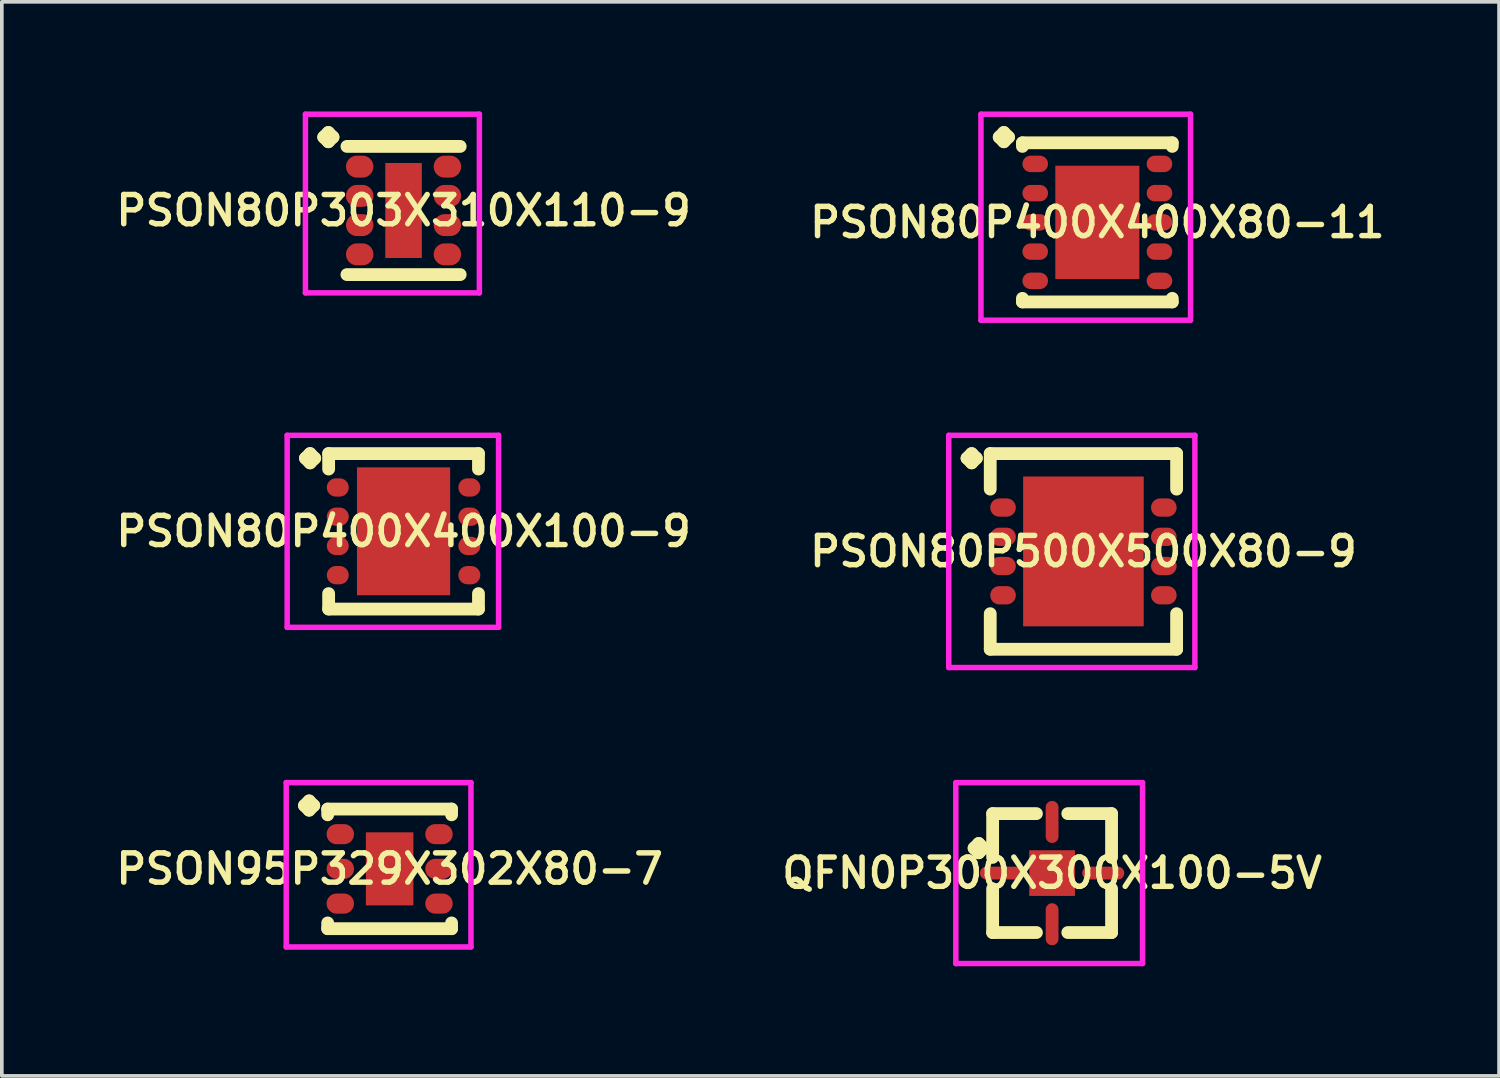
<source format=kicad_pcb>
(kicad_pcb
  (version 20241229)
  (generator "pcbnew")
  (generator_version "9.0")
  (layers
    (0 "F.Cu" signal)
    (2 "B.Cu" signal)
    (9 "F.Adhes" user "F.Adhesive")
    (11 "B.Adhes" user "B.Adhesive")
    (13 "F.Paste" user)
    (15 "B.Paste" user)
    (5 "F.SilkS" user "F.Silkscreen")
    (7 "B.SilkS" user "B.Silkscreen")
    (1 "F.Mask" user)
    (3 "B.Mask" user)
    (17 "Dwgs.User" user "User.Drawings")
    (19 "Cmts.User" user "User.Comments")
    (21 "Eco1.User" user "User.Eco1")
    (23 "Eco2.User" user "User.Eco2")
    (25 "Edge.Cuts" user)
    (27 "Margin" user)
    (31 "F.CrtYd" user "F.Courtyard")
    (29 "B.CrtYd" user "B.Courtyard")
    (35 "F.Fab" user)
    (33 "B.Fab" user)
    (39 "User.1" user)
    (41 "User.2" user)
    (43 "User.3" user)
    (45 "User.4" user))
  (footprint "PSON80P303X310X110-9"
    (layer "F.Cu")
    (at 7.993 2.71)
    (property "Reference" "PSON80P303X310X110-9" (at 0 0 0) (layer "F.SilkS") (effects (font (size 0.8 0.8) (thickness 0.15))))
    (attr through_hole)
    (fp_line (start -2.185 -2.008) (end -2.058 -2.135) (stroke (width 0.35) (type solid)) (layer "F.SilkS"))
    (fp_line (start -2.058 -2.135) (end -1.931 -2.008) (stroke (width 0.35) (type solid)) (layer "F.SilkS"))
    (fp_line (start -2.058 -1.881) (end -2.185 -2.008) (stroke (width 0.35) (type solid)) (layer "F.SilkS"))
    (fp_line (start -1.931 -2.008) (end -2.058 -1.881) (stroke (width 0.35) (type solid)) (layer "F.SilkS"))
    (fp_line (start -1.55 -1.754) (end 1.55 -1.754) (stroke (width 0.35) (type solid)) (layer "F.SilkS"))
    (fp_line (start -1.55 1.754) (end 1.55 1.754) (stroke (width 0.35) (type solid)) (layer "F.SilkS"))
    (fp_line (start -2.685 -2.635) (end 2.075 -2.635) (stroke (width 0.15) (type solid)) (layer "F.CrtYd"))
    (fp_line (start -2.685 2.254) (end -2.685 -2.635) (stroke (width 0.15) (type solid)) (layer "F.CrtYd"))
    (fp_line (start 2.075 -2.635) (end 2.075 2.254) (stroke (width 0.15) (type solid)) (layer "F.CrtYd"))
    (fp_line (start 2.075 2.254) (end -2.685 2.254) (stroke (width 0.15) (type solid)) (layer "F.CrtYd"))
    (pad "1" smd oval (at -1.2 -1.2) (size 0.75 0.6) (layers "F.Cu" "F.Mask" "F.Paste"))
    (pad "2" smd oval (at -1.2 -0.4) (size 0.75 0.6) (layers "F.Cu" "F.Mask" "F.Paste"))
    (pad "3" smd oval (at -1.2 0.4) (size 0.75 0.6) (layers "F.Cu" "F.Mask" "F.Paste"))
    (pad "4" smd oval (at -1.2 1.2) (size 0.75 0.6) (layers "F.Cu" "F.Mask" "F.Paste"))
    (pad "5" smd oval (at 1.2 1.2) (size 0.75 0.6) (layers "F.Cu" "F.Mask" "F.Paste"))
    (pad "6" smd oval (at 1.2 0.4) (size 0.75 0.6) (layers "F.Cu" "F.Mask" "F.Paste"))
    (pad "7" smd oval (at 1.2 -0.4) (size 0.75 0.6) (layers "F.Cu" "F.Mask" "F.Paste"))
    (pad "8" smd oval (at 1.2 -1.2) (size 0.75 0.6) (layers "F.Cu" "F.Mask" "F.Paste"))
    (pad "9" smd rect (at 0 0) (size 1 2.6) (layers "F.Cu" "F.Mask" "F.Paste")))
  (footprint "PSON80P400X400X80-11"
    (layer "F.Cu")
    (at 26.978 3.035)
    (property "Reference" "PSON80P400X400X80-11" (at 0 0 0) (layer "F.SilkS") (effects (font (size 0.8 0.8) (thickness 0.15))))
    (attr smd)
    (fp_line (start -2.685 -2.333) (end -2.558 -2.46) (stroke (width 0.35) (type solid)) (layer "F.SilkS"))
    (fp_line (start -2.558 -2.46) (end -2.431 -2.333) (stroke (width 0.35) (type solid)) (layer "F.SilkS"))
    (fp_line (start -2.558 -2.206) (end -2.685 -2.333) (stroke (width 0.35) (type solid)) (layer "F.SilkS"))
    (fp_line (start -2.431 -2.333) (end -2.558 -2.206) (stroke (width 0.35) (type solid)) (layer "F.SilkS"))
    (fp_line (start -2.05 -2.177) (end 2.05 -2.177) (stroke (width 0.35) (type solid)) (layer "F.SilkS"))
    (fp_line (start -2.05 -2.079) (end -2.05 -2.177) (stroke (width 0.35) (type solid)) (layer "F.SilkS"))
    (fp_line (start -2.05 2.079) (end -2.05 2.177) (stroke (width 0.35) (type solid)) (layer "F.SilkS"))
    (fp_line (start -2.05 2.177) (end 2.05 2.177) (stroke (width 0.35) (type solid)) (layer "F.SilkS"))
    (fp_line (start 2.05 -2.177) (end 2.05 -2.079) (stroke (width 0.35) (type solid)) (layer "F.SilkS"))
    (fp_line (start 2.05 2.177) (end 2.05 2.079) (stroke (width 0.35) (type solid)) (layer "F.SilkS"))
    (fp_line (start -3.185 -2.96) (end 2.55 -2.96) (stroke (width 0.15) (type solid)) (layer "F.CrtYd"))
    (fp_line (start -3.185 2.677) (end -3.185 -2.96) (stroke (width 0.15) (type solid)) (layer "F.CrtYd"))
    (fp_line (start 2.55 -2.96) (end 2.55 2.677) (stroke (width 0.15) (type solid)) (layer "F.CrtYd"))
    (fp_line (start 2.55 2.677) (end -3.185 2.677) (stroke (width 0.15) (type solid)) (layer "F.CrtYd"))
    (pad "1" smd oval (at -1.7 -1.6) (size 0.7 0.45) (layers "F.Cu" "F.Mask" "F.Paste"))
    (pad "2" smd oval (at -1.7 -0.8) (size 0.7 0.45) (layers "F.Cu" "F.Mask" "F.Paste"))
    (pad "3" smd oval (at -1.7 0) (size 0.7 0.45) (layers "F.Cu" "F.Mask" "F.Paste"))
    (pad "4" smd oval (at -1.7 0.8) (size 0.7 0.45) (layers "F.Cu" "F.Mask" "F.Paste"))
    (pad "5" smd oval (at -1.7 1.6) (size 0.7 0.45) (layers "F.Cu" "F.Mask" "F.Paste"))
    (pad "6" smd oval (at 1.7 1.6) (size 0.7 0.45) (layers "F.Cu" "F.Mask" "F.Paste"))
    (pad "7" smd oval (at 1.7 0.8) (size 0.7 0.45) (layers "F.Cu" "F.Mask" "F.Paste"))
    (pad "8" smd oval (at 1.7 0) (size 0.7 0.45) (layers "F.Cu" "F.Mask" "F.Paste"))
    (pad "9" smd oval (at 1.7 -0.8) (size 0.7 0.45) (layers "F.Cu" "F.Mask" "F.Paste"))
    (pad "10" smd oval (at 1.7 -1.6) (size 0.7 0.45) (layers "F.Cu" "F.Mask" "F.Paste"))
    (pad "11" smd rect (at 0 0) (size 2.3 3.1) (layers "F.Cu" "F.Mask" "F.Paste")))
  (footprint "PSON80P500X500X80-9"
    (layer "F.Cu")
    (at 26.597 12.039)
    (property "Reference" "PSON80P500X500X80-9" (at 0 0 0) (layer "F.SilkS") (effects (font (size 0.8 0.8) (thickness 0.15))))
    (attr through_hole)
    (fp_line (start -3.185 -2.55) (end -3.058 -2.677) (stroke (width 0.35) (type solid)) (layer "F.SilkS"))
    (fp_line (start -3.058 -2.677) (end -2.931 -2.55) (stroke (width 0.35) (type solid)) (layer "F.SilkS"))
    (fp_line (start -3.058 -2.423) (end -3.185 -2.55) (stroke (width 0.35) (type solid)) (layer "F.SilkS"))
    (fp_line (start -2.931 -2.55) (end -3.058 -2.423) (stroke (width 0.35) (type solid)) (layer "F.SilkS"))
    (fp_line (start -2.55 -2.677) (end 2.55 -2.677) (stroke (width 0.35) (type solid)) (layer "F.SilkS"))
    (fp_line (start -2.55 -1.704) (end -2.55 -2.677) (stroke (width 0.35) (type solid)) (layer "F.SilkS"))
    (fp_line (start -2.55 1.704) (end -2.55 2.677) (stroke (width 0.35) (type solid)) (layer "F.SilkS"))
    (fp_line (start -2.55 2.677) (end 2.55 2.677) (stroke (width 0.35) (type solid)) (layer "F.SilkS"))
    (fp_line (start 2.55 -2.677) (end 2.55 -1.704) (stroke (width 0.35) (type solid)) (layer "F.SilkS"))
    (fp_line (start 2.55 2.677) (end 2.55 1.704) (stroke (width 0.35) (type solid)) (layer "F.SilkS"))
    (fp_line (start -3.685 -3.177) (end 3.05 -3.177) (stroke (width 0.15) (type solid)) (layer "F.CrtYd"))
    (fp_line (start -3.685 3.177) (end -3.685 -3.177) (stroke (width 0.15) (type solid)) (layer "F.CrtYd"))
    (fp_line (start 3.05 -3.177) (end 3.05 3.177) (stroke (width 0.15) (type solid)) (layer "F.CrtYd"))
    (fp_line (start 3.05 3.177) (end -3.685 3.177) (stroke (width 0.15) (type solid)) (layer "F.CrtYd"))
    (pad "1" smd oval (at -2.2 -1.2) (size 0.7 0.5) (layers "F.Cu" "F.Mask" "F.Paste"))
    (pad "2" smd oval (at -2.2 -0.4) (size 0.7 0.5) (layers "F.Cu" "F.Mask" "F.Paste"))
    (pad "3" smd oval (at -2.2 0.4) (size 0.7 0.5) (layers "F.Cu" "F.Mask" "F.Paste"))
    (pad "4" smd oval (at -2.2 1.2) (size 0.7 0.5) (layers "F.Cu" "F.Mask" "F.Paste"))
    (pad "5" smd oval (at 2.2 1.2) (size 0.7 0.5) (layers "F.Cu" "F.Mask" "F.Paste"))
    (pad "6" smd oval (at 2.2 0.4) (size 0.7 0.5) (layers "F.Cu" "F.Mask" "F.Paste"))
    (pad "7" smd oval (at 2.2 -0.4) (size 0.7 0.5) (layers "F.Cu" "F.Mask" "F.Paste"))
    (pad "8" smd oval (at 2.2 -1.2) (size 0.7 0.5) (layers "F.Cu" "F.Mask" "F.Paste"))
    (pad "9" smd rect (at 0 0) (size 3.3 4.1) (layers "F.Cu" "F.Mask" "F.Paste")))
  (footprint "PSON80P400X400X100-9"
    (layer "F.Cu")
    (at 7.993 11.489)
    (property "Reference" "PSON80P400X400X100-9" (at 0 0 0) (layer "F.SilkS") (effects (font (size 0.8 0.8) (thickness 0.15))))
    (attr through_hole)
    (fp_line (start -2.685 -2) (end -2.558 -2.127) (stroke (width 0.35) (type solid)) (layer "F.SilkS"))
    (fp_line (start -2.558 -2.127) (end -2.431 -2) (stroke (width 0.35) (type solid)) (layer "F.SilkS"))
    (fp_line (start -2.558 -1.873) (end -2.685 -2) (stroke (width 0.35) (type solid)) (layer "F.SilkS"))
    (fp_line (start -2.431 -2) (end -2.558 -1.873) (stroke (width 0.35) (type solid)) (layer "F.SilkS"))
    (fp_line (start -2.05 -2.127) (end 2.05 -2.127) (stroke (width 0.35) (type solid)) (layer "F.SilkS"))
    (fp_line (start -2.05 -1.704) (end -2.05 -2.127) (stroke (width 0.35) (type solid)) (layer "F.SilkS"))
    (fp_line (start -2.05 1.704) (end -2.05 2.127) (stroke (width 0.35) (type solid)) (layer "F.SilkS"))
    (fp_line (start -2.05 2.127) (end 2.05 2.127) (stroke (width 0.35) (type solid)) (layer "F.SilkS"))
    (fp_line (start 2.05 -2.127) (end 2.05 -1.704) (stroke (width 0.35) (type solid)) (layer "F.SilkS"))
    (fp_line (start 2.05 2.127) (end 2.05 1.704) (stroke (width 0.35) (type solid)) (layer "F.SilkS"))
    (fp_line (start -3.185 -2.627) (end 2.6 -2.627) (stroke (width 0.15) (type solid)) (layer "F.CrtYd"))
    (fp_line (start -3.185 2.627) (end -3.185 -2.627) (stroke (width 0.15) (type solid)) (layer "F.CrtYd"))
    (fp_line (start 2.6 -2.627) (end 2.6 2.627) (stroke (width 0.15) (type solid)) (layer "F.CrtYd"))
    (fp_line (start 2.6 2.627) (end -3.185 2.627) (stroke (width 0.15) (type solid)) (layer "F.CrtYd"))
    (pad "1" smd oval (at -1.8 -1.2) (size 0.6 0.5) (layers "F.Cu" "F.Mask" "F.Paste"))
    (pad "2" smd oval (at -1.8 -0.4) (size 0.6 0.5) (layers "F.Cu" "F.Mask" "F.Paste"))
    (pad "3" smd oval (at -1.8 0.4) (size 0.6 0.5) (layers "F.Cu" "F.Mask" "F.Paste"))
    (pad "4" smd oval (at -1.8 1.2) (size 0.6 0.5) (layers "F.Cu" "F.Mask" "F.Paste"))
    (pad "5" smd oval (at 1.8 1.2) (size 0.6 0.5) (layers "F.Cu" "F.Mask" "F.Paste"))
    (pad "6" smd oval (at 1.8 0.4) (size 0.6 0.5) (layers "F.Cu" "F.Mask" "F.Paste"))
    (pad "7" smd oval (at 1.8 -0.4) (size 0.6 0.5) (layers "F.Cu" "F.Mask" "F.Paste"))
    (pad "8" smd oval (at 1.8 -1.2) (size 0.6 0.5) (layers "F.Cu" "F.Mask" "F.Paste"))
    (pad "9" smd rect (at 0 0) (size 2.55 3.5) (layers "F.Cu" "F.Mask" "F.Paste")))
  (footprint "PSON95P329X302X80-7"
    (layer "F.Cu")
    (at 7.612 20.726)
    (property "Reference" "PSON95P329X302X80-7" (at 0 0 0) (layer "F.SilkS") (effects (font (size 0.8 0.8) (thickness 0.15))))
    (attr through_hole)
    (fp_line (start -2.33 -1.733) (end -2.203 -1.86) (stroke (width 0.35) (type solid)) (layer "F.SilkS"))
    (fp_line (start -2.203 -1.86) (end -2.076 -1.733) (stroke (width 0.35) (type solid)) (layer "F.SilkS"))
    (fp_line (start -2.203 -1.606) (end -2.33 -1.733) (stroke (width 0.35) (type solid)) (layer "F.SilkS"))
    (fp_line (start -2.076 -1.733) (end -2.203 -1.606) (stroke (width 0.35) (type solid)) (layer "F.SilkS"))
    (fp_line (start -1.695 -1.637) (end 1.695 -1.637) (stroke (width 0.35) (type solid)) (layer "F.SilkS"))
    (fp_line (start -1.695 -1.479) (end -1.695 -1.637) (stroke (width 0.35) (type solid)) (layer "F.SilkS"))
    (fp_line (start -1.695 1.479) (end -1.695 1.637) (stroke (width 0.35) (type solid)) (layer "F.SilkS"))
    (fp_line (start -1.695 1.637) (end 1.695 1.637) (stroke (width 0.35) (type solid)) (layer "F.SilkS"))
    (fp_line (start 1.695 -1.637) (end 1.695 -1.479) (stroke (width 0.35) (type solid)) (layer "F.SilkS"))
    (fp_line (start 1.695 1.637) (end 1.695 1.479) (stroke (width 0.35) (type solid)) (layer "F.SilkS"))
    (fp_line (start -2.83 -2.36) (end 2.225 -2.36) (stroke (width 0.15) (type solid)) (layer "F.CrtYd"))
    (fp_line (start -2.83 2.137) (end -2.83 -2.36) (stroke (width 0.15) (type solid)) (layer "F.CrtYd"))
    (fp_line (start 2.225 -2.36) (end 2.225 2.137) (stroke (width 0.15) (type solid)) (layer "F.CrtYd"))
    (fp_line (start 2.225 2.137) (end -2.83 2.137) (stroke (width 0.15) (type solid)) (layer "F.CrtYd"))
    (pad "1" smd oval (at -1.35 -0.95) (size 0.75 0.55) (layers "F.Cu" "F.Mask" "F.Paste"))
    (pad "2" smd oval (at -1.35 0) (size 0.75 0.55) (layers "F.Cu" "F.Mask" "F.Paste"))
    (pad "3" smd oval (at -1.35 0.95) (size 0.75 0.55) (layers "F.Cu" "F.Mask" "F.Paste"))
    (pad "4" smd oval (at 1.35 0.95) (size 0.75 0.55) (layers "F.Cu" "F.Mask" "F.Paste"))
    (pad "5" smd oval (at 1.35 0) (size 0.75 0.55) (layers "F.Cu" "F.Mask" "F.Paste"))
    (pad "6" smd oval (at 1.35 -0.95) (size 0.75 0.55) (layers "F.Cu" "F.Mask" "F.Paste"))
    (pad "7" smd rect (at 0 0) (size 1.3 2) (layers "F.Cu" "F.Mask" "F.Paste")))
  (footprint "QFN0P300X300X100-5V"
    (layer "F.Cu")
    (at 25.74 20.841)
    (property "Reference" "QFN0P300X300X100-5V" (at 0 0 0) (layer "F.SilkS") (effects (font (size 0.8 0.8) (thickness 0.15))))
    (attr smd)
    (fp_line (start -2.135 -0.683) (end -2.008 -0.81) (stroke (width 0.35) (type solid)) (layer "F.SilkS"))
    (fp_line (start -2.008 -0.81) (end -1.881 -0.683) (stroke (width 0.35) (type solid)) (layer "F.SilkS"))
    (fp_line (start -2.008 -0.556) (end -2.135 -0.683) (stroke (width 0.35) (type solid)) (layer "F.SilkS"))
    (fp_line (start -1.881 -0.683) (end -2.008 -0.556) (stroke (width 0.35) (type solid)) (layer "F.SilkS"))
    (fp_line (start -1.627 -1.627) (end -0.429 -1.627) (stroke (width 0.35) (type solid)) (layer "F.SilkS"))
    (fp_line (start -1.627 -0.429) (end -1.627 -1.627) (stroke (width 0.35) (type solid)) (layer "F.SilkS"))
    (fp_line (start -1.627 0.429) (end -1.627 1.627) (stroke (width 0.35) (type solid)) (layer "F.SilkS"))
    (fp_line (start -1.627 1.627) (end -0.429 1.627) (stroke (width 0.35) (type solid)) (layer "F.SilkS"))
    (fp_line (start 0.429 -1.627) (end 1.627 -1.627) (stroke (width 0.35) (type solid)) (layer "F.SilkS"))
    (fp_line (start 0.429 1.627) (end 1.627 1.627) (stroke (width 0.35) (type solid)) (layer "F.SilkS"))
    (fp_line (start 1.627 -1.627) (end 1.627 -0.429) (stroke (width 0.35) (type solid)) (layer "F.SilkS"))
    (fp_line (start 1.627 1.627) (end 1.627 0.429) (stroke (width 0.35) (type solid)) (layer "F.SilkS"))
    (fp_line (start -2.635 -2.475) (end 2.475 -2.475) (stroke (width 0.15) (type solid)) (layer "F.CrtYd"))
    (fp_line (start -2.635 2.475) (end -2.635 -2.475) (stroke (width 0.15) (type solid)) (layer "F.CrtYd"))
    (fp_line (start 2.475 -2.475) (end 2.475 2.475) (stroke (width 0.15) (type solid)) (layer "F.CrtYd"))
    (fp_line (start 2.475 2.475) (end -2.635 2.475) (stroke (width 0.15) (type solid)) (layer "F.CrtYd"))
    (pad "1" smd oval (at -1.4 0) (size 1.15 0.35) (layers "F.Cu" "F.Mask" "F.Paste"))
    (pad "2" smd oval (at 0 1.4) (size 0.35 1.15) (layers "F.Cu" "F.Mask" "F.Paste"))
    (pad "3" smd oval (at 1.4 0) (size 1.15 0.35) (layers "F.Cu" "F.Mask" "F.Paste"))
    (pad "4" smd oval (at 0 -1.4) (size 0.35 1.15) (layers "F.Cu" "F.Mask" "F.Paste"))
    (pad "5" smd rect (at 0 0) (size 1.25 1.25) (layers "F.Cu" "F.Mask" "F.Paste")))
  (gr_rect
    (start -3 -3)
    (end 37.97 26.391)
    (stroke (width 0.1) (type default))
    (fill no)
    (layer "Edge.Cuts")))
</source>
